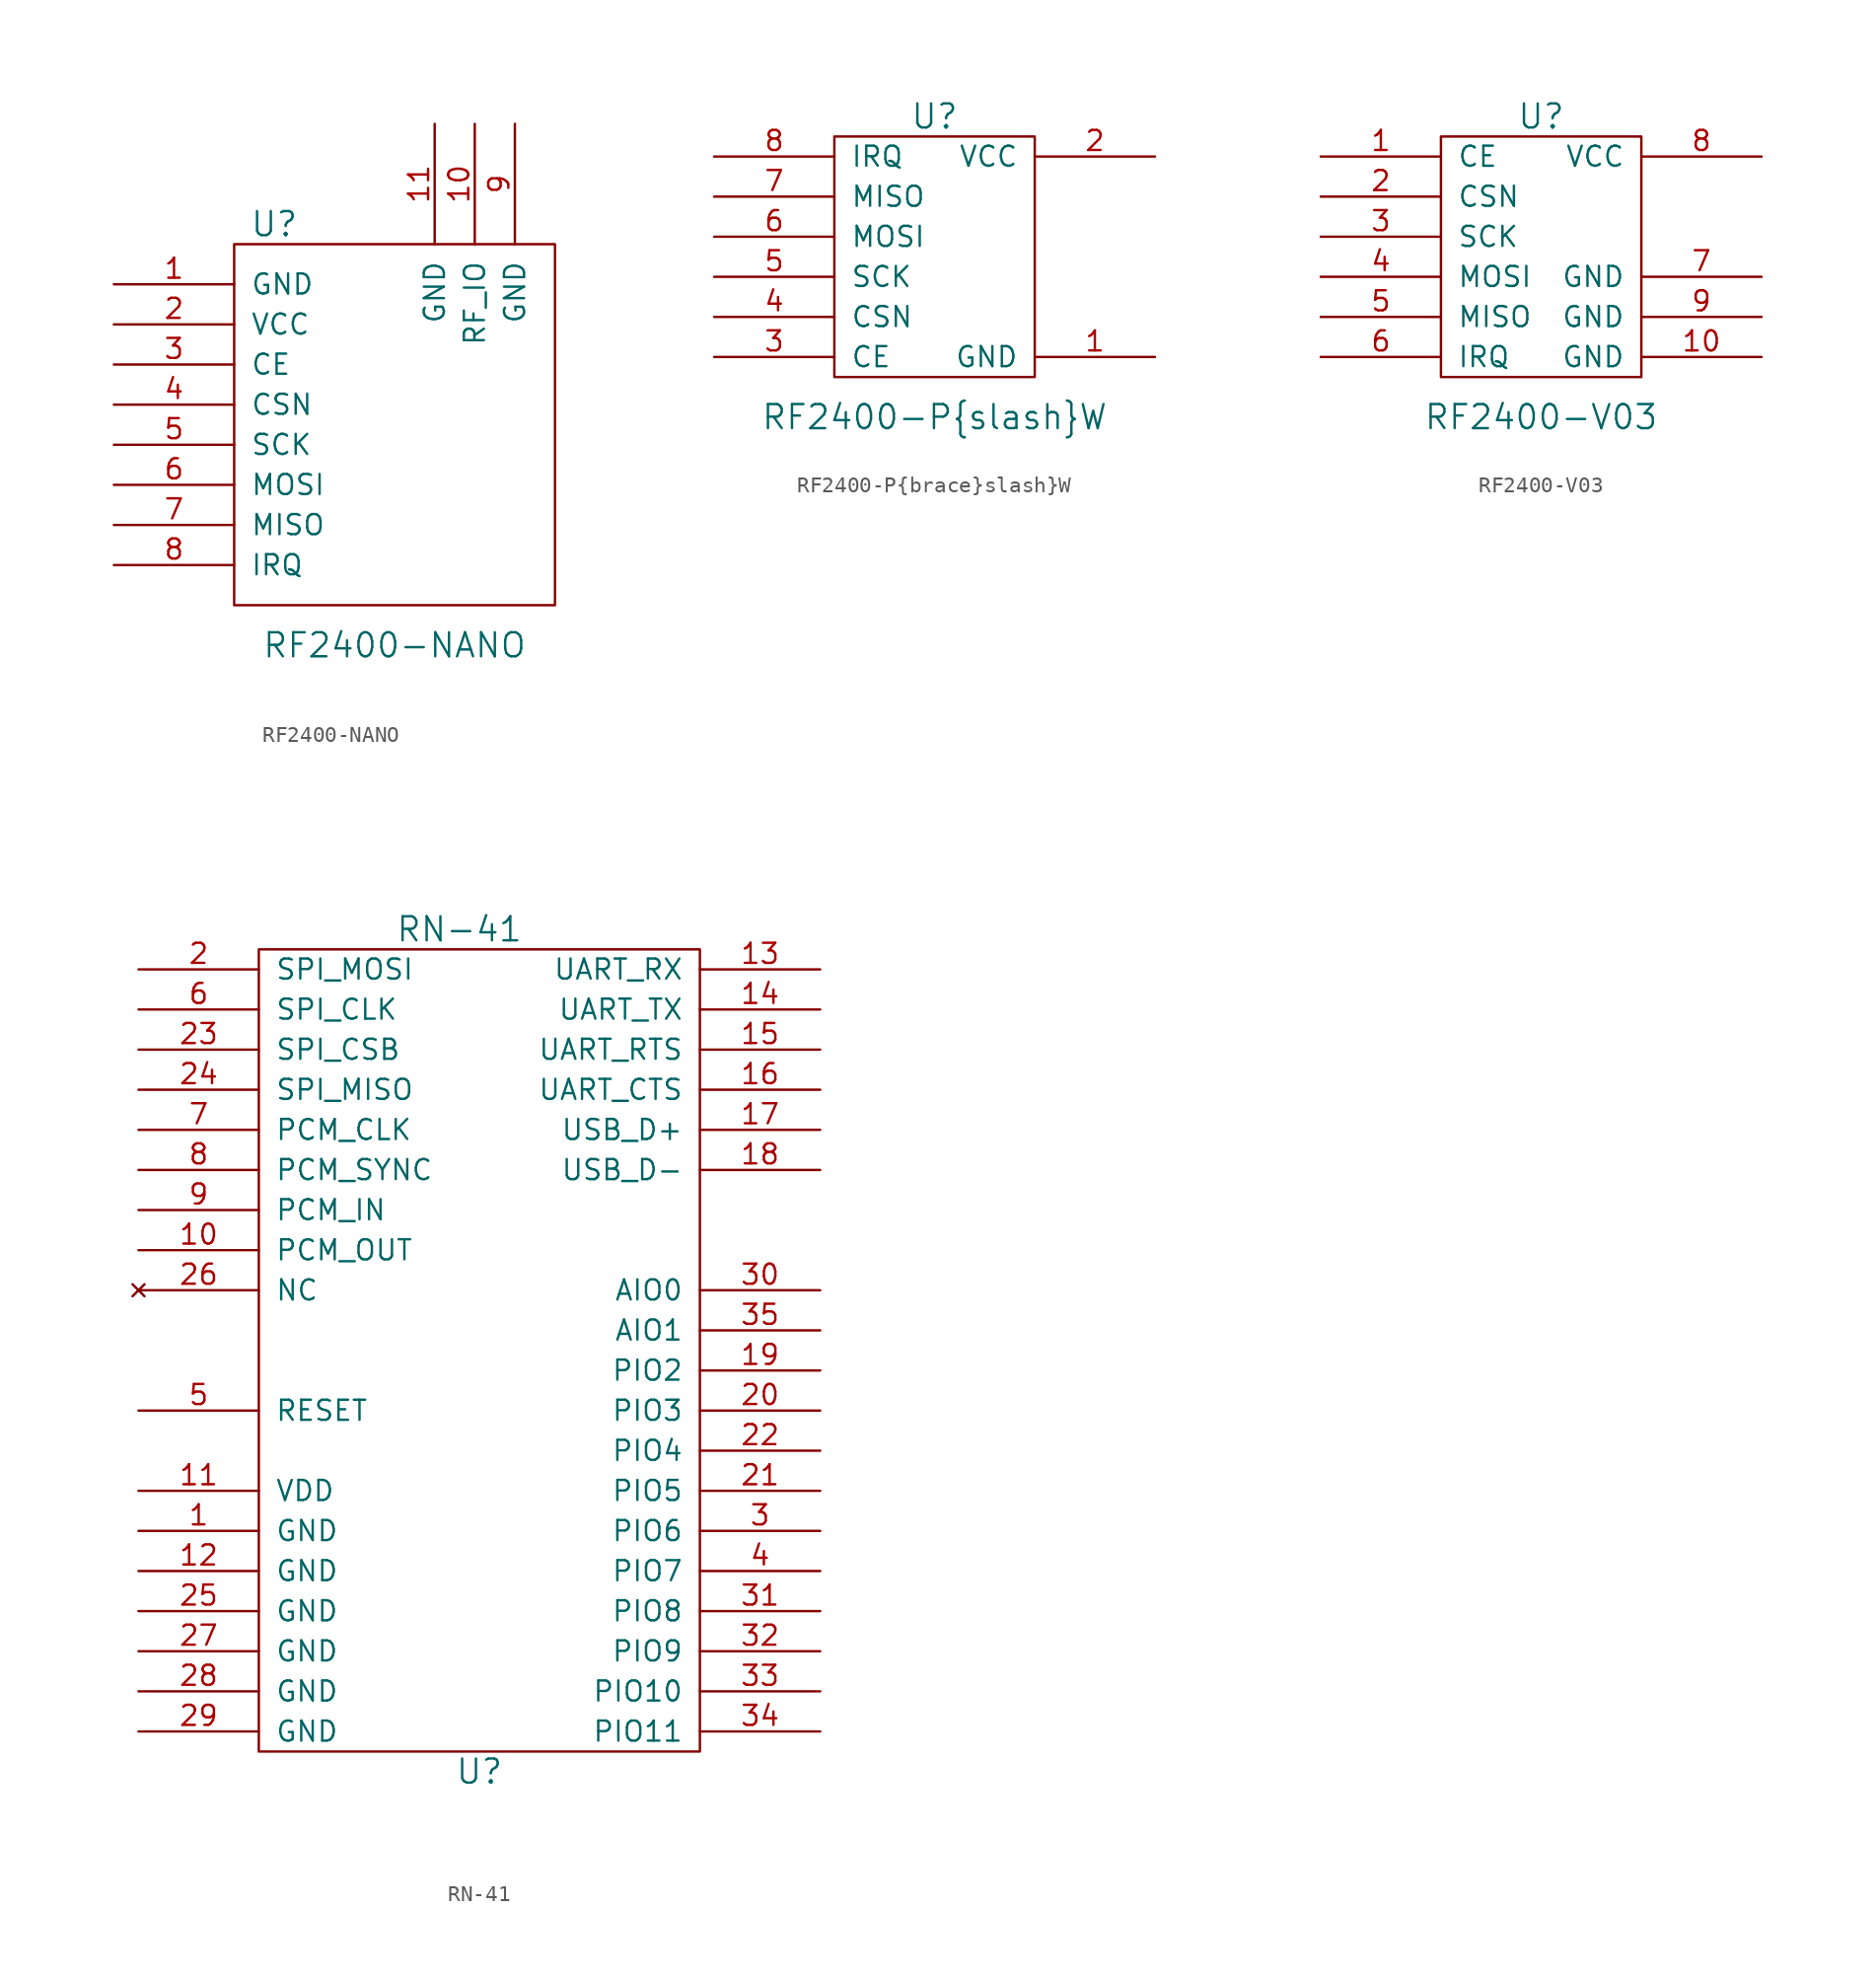
<source format=kicad_sym>
(kicad_symbol_lib
  (version 20211014)
  (generator kicad_symbol_editor)
  (symbol "RF2400-NANO"
    (pin_names
      (offset 1.016))
    (property "Reference" "U"
      (at -7.62 12.7 0)
      (effects (font (size 1.524 1.524))))
    (property "Value" "RF2400-NANO"
      (at 0 -13.97 0)
      (effects (font (size 1.524 1.524))))
    (property "Footprint" ""
      (at 0 0 0)
      (effects (font (size 1.524 1.524))))
    (property "Datasheet" ""
      (at 0 0 0)
      (effects (font (size 1.524 1.524))))
    (symbol "RF2400-NANO_0_1"
      (rectangle (start -10.16 11.43) (end 10.16 -11.43) (stroke (width 0) (type default) (color 0 0 0 0)) (fill (type none))))
    (symbol "RF2400-NANO_1_1"
      (pin power_in line (at -17.78 8.89 0) (length 7.62) (name "GND" (effects (font (size 1.27 1.27)))) (number "1" (effects (font (size 1.27 1.27)))))
      (pin bidirectional line (at 5.08 19.05 270) (length 7.62) (name "RF_IO" (effects (font (size 1.27 1.27)))) (number "10" (effects (font (size 1.27 1.27)))))
      (pin input line (at 2.54 19.05 270) (length 7.62) (name "GND" (effects (font (size 1.27 1.27)))) (number "11" (effects (font (size 1.27 1.27)))))
      (pin power_in line (at -17.78 6.35 0) (length 7.62) (name "VCC" (effects (font (size 1.27 1.27)))) (number "2" (effects (font (size 1.27 1.27)))))
      (pin input line (at -17.78 3.81 0) (length 7.62) (name "CE" (effects (font (size 1.27 1.27)))) (number "3" (effects (font (size 1.27 1.27)))))
      (pin input line (at -17.78 1.27 0) (length 7.62) (name "CSN" (effects (font (size 1.27 1.27)))) (number "4" (effects (font (size 1.27 1.27)))))
      (pin input line (at -17.78 -1.27 0) (length 7.62) (name "SCK" (effects (font (size 1.27 1.27)))) (number "5" (effects (font (size 1.27 1.27)))))
      (pin input line (at -17.78 -3.81 0) (length 7.62) (name "MOSI" (effects (font (size 1.27 1.27)))) (number "6" (effects (font (size 1.27 1.27)))))
      (pin output line (at -17.78 -6.35 0) (length 7.62) (name "MISO" (effects (font (size 1.27 1.27)))) (number "7" (effects (font (size 1.27 1.27)))))
      (pin output line (at -17.78 -8.89 0) (length 7.62) (name "IRQ" (effects (font (size 1.27 1.27)))) (number "8" (effects (font (size 1.27 1.27)))))
      (pin input line (at 7.62 19.05 270) (length 7.62) (name "GND" (effects (font (size 1.27 1.27)))) (number "9" (effects (font (size 1.27 1.27)))))))
  (symbol "RF2400-P{brace}slash}W"
    (pin_names
      (offset 1.016))
    (property "Reference" "U"
      (at 0 8.89 0)
      (effects (font (size 1.524 1.524))))
    (property "Value" "RF2400-P{brace}slash}W"
      (at 0 -10.16 0)
      (effects (font (size 1.524 1.524))))
    (property "Footprint" ""
      (at 0 0 0)
      (effects (font (size 1.524 1.524))))
    (property "Datasheet" ""
      (at 0 0 0)
      (effects (font (size 1.524 1.524))))
    (symbol "RF2400-P{brace}slash}W_0_1"
      (rectangle (start -6.35 7.62) (end 6.35 -7.62) (stroke (width 0) (type default) (color 0 0 0 0)) (fill (type none))))
    (symbol "RF2400-P{brace}slash}W_1_1"
      (pin power_in line (at 13.97 -6.35 180) (length 7.62) (name "GND" (effects (font (size 1.27 1.27)))) (number "1" (effects (font (size 1.27 1.27)))))
      (pin power_in line (at 13.97 6.35 180) (length 7.62) (name "VCC" (effects (font (size 1.27 1.27)))) (number "2" (effects (font (size 1.27 1.27)))))
      (pin input line (at -13.97 -6.35 0) (length 7.62) (name "CE" (effects (font (size 1.27 1.27)))) (number "3" (effects (font (size 1.27 1.27)))))
      (pin input line (at -13.97 -3.81 0) (length 7.62) (name "CSN" (effects (font (size 1.27 1.27)))) (number "4" (effects (font (size 1.27 1.27)))))
      (pin input line (at -13.97 -1.27 0) (length 7.62) (name "SCK" (effects (font (size 1.27 1.27)))) (number "5" (effects (font (size 1.27 1.27)))))
      (pin input line (at -13.97 1.27 0) (length 7.62) (name "MOSI" (effects (font (size 1.27 1.27)))) (number "6" (effects (font (size 1.27 1.27)))))
      (pin output line (at -13.97 3.81 0) (length 7.62) (name "MISO" (effects (font (size 1.27 1.27)))) (number "7" (effects (font (size 1.27 1.27)))))
      (pin output line (at -13.97 6.35 0) (length 7.62) (name "IRQ" (effects (font (size 1.27 1.27)))) (number "8" (effects (font (size 1.27 1.27)))))))
  (symbol "RF2400-V03"
    (pin_names
      (offset 1.016))
    (property "Reference" "U"
      (at 0 8.89 0)
      (effects (font (size 1.524 1.524))))
    (property "Value" "RF2400-V03"
      (at 0 -10.16 0)
      (effects (font (size 1.524 1.524))))
    (property "Footprint" ""
      (at 0 0 0)
      (effects (font (size 1.524 1.524))))
    (property "Datasheet" ""
      (at 0 0 0)
      (effects (font (size 1.524 1.524))))
    (symbol "RF2400-V03_0_1"
      (rectangle (start -6.35 7.62) (end 6.35 -7.62) (stroke (width 0) (type default) (color 0 0 0 0)) (fill (type none))))
    (symbol "RF2400-V03_1_1"
      (pin output line (at -13.97 6.35 0) (length 7.62) (name "CE" (effects (font (size 1.27 1.27)))) (number "1" (effects (font (size 1.27 1.27)))))
      (pin power_in line (at 13.97 -6.35 180) (length 7.62) (name "GND" (effects (font (size 1.27 1.27)))) (number "10" (effects (font (size 1.27 1.27)))))
      (pin output line (at -13.97 3.81 0) (length 7.62) (name "CSN" (effects (font (size 1.27 1.27)))) (number "2" (effects (font (size 1.27 1.27)))))
      (pin input line (at -13.97 1.27 0) (length 7.62) (name "SCK" (effects (font (size 1.27 1.27)))) (number "3" (effects (font (size 1.27 1.27)))))
      (pin input line (at -13.97 -1.27 0) (length 7.62) (name "MOSI" (effects (font (size 1.27 1.27)))) (number "4" (effects (font (size 1.27 1.27)))))
      (pin input line (at -13.97 -3.81 0) (length 7.62) (name "MISO" (effects (font (size 1.27 1.27)))) (number "5" (effects (font (size 1.27 1.27)))))
      (pin input line (at -13.97 -6.35 0) (length 7.62) (name "IRQ" (effects (font (size 1.27 1.27)))) (number "6" (effects (font (size 1.27 1.27)))))
      (pin power_in line (at 13.97 -1.27 180) (length 7.62) (name "GND" (effects (font (size 1.27 1.27)))) (number "7" (effects (font (size 1.27 1.27)))))
      (pin power_in line (at 13.97 6.35 180) (length 7.62) (name "VCC" (effects (font (size 1.27 1.27)))) (number "8" (effects (font (size 1.27 1.27)))))
      (pin power_in line (at 13.97 -3.81 180) (length 7.62) (name "GND" (effects (font (size 1.27 1.27)))) (number "9" (effects (font (size 1.27 1.27)))))))
  (symbol "RN-41"
    (pin_names
      (offset 1.016))
    (property "Reference" "U"
      (at 0 -26.67 0)
      (effects (font (size 1.524 1.524))))
    (property "Value" "RN-41"
      (at -1.27 26.67 0)
      (effects (font (size 1.524 1.524))))
    (property "Footprint" ""
      (at 0 0 0)
      (effects (font (size 1.524 1.524))))
    (property "Datasheet" ""
      (at 0 0 0)
      (effects (font (size 1.524 1.524))))
    (symbol "RN-41_0_1"
      (rectangle (start -13.97 25.4) (end 13.97 -25.4) (stroke (width 0) (type default) (color 0 0 0 0)) (fill (type none))))
    (symbol "RN-41_1_1"
      (pin power_in line (at -21.59 -11.43 0) (length 7.62) (name "GND" (effects (font (size 1.27 1.27)))) (number "1" (effects (font (size 1.27 1.27)))))
      (pin bidirectional line (at -21.59 6.35 0) (length 7.62) (name "PCM_OUT" (effects (font (size 1.27 1.27)))) (number "10" (effects (font (size 1.27 1.27)))))
      (pin power_in line (at -21.59 -8.89 0) (length 7.62) (name "VDD" (effects (font (size 1.27 1.27)))) (number "11" (effects (font (size 1.27 1.27)))))
      (pin power_in line (at -21.59 -13.97 0) (length 7.62) (name "GND" (effects (font (size 1.27 1.27)))) (number "12" (effects (font (size 1.27 1.27)))))
      (pin input line (at 21.59 24.13 180) (length 7.62) (name "UART_RX" (effects (font (size 1.27 1.27)))) (number "13" (effects (font (size 1.27 1.27)))))
      (pin output line (at 21.59 21.59 180) (length 7.62) (name "UART_TX" (effects (font (size 1.27 1.27)))) (number "14" (effects (font (size 1.27 1.27)))))
      (pin output line (at 21.59 19.05 180) (length 7.62) (name "UART_RTS" (effects (font (size 1.27 1.27)))) (number "15" (effects (font (size 1.27 1.27)))))
      (pin input line (at 21.59 16.51 180) (length 7.62) (name "UART_CTS" (effects (font (size 1.27 1.27)))) (number "16" (effects (font (size 1.27 1.27)))))
      (pin bidirectional line (at 21.59 13.97 180) (length 7.62) (name "USB_D+" (effects (font (size 1.27 1.27)))) (number "17" (effects (font (size 1.27 1.27)))))
      (pin bidirectional line (at 21.59 11.43 180) (length 7.62) (name "USB_D-" (effects (font (size 1.27 1.27)))) (number "18" (effects (font (size 1.27 1.27)))))
      (pin output line (at 21.59 -1.27 180) (length 7.62) (name "PIO2" (effects (font (size 1.27 1.27)))) (number "19" (effects (font (size 1.27 1.27)))))
      (pin bidirectional line (at -21.59 24.13 0) (length 7.62) (name "SPI_MOSI" (effects (font (size 1.27 1.27)))) (number "2" (effects (font (size 1.27 1.27)))))
      (pin input line (at 21.59 -3.81 180) (length 7.62) (name "PIO3" (effects (font (size 1.27 1.27)))) (number "20" (effects (font (size 1.27 1.27)))))
      (pin output line (at 21.59 -8.89 180) (length 7.62) (name "PIO5" (effects (font (size 1.27 1.27)))) (number "21" (effects (font (size 1.27 1.27)))))
      (pin input line (at 21.59 -6.35 180) (length 7.62) (name "PIO4" (effects (font (size 1.27 1.27)))) (number "22" (effects (font (size 1.27 1.27)))))
      (pin bidirectional line (at -21.59 19.05 0) (length 7.62) (name "SPI_CSB" (effects (font (size 1.27 1.27)))) (number "23" (effects (font (size 1.27 1.27)))))
      (pin bidirectional line (at -21.59 16.51 0) (length 7.62) (name "SPI_MISO" (effects (font (size 1.27 1.27)))) (number "24" (effects (font (size 1.27 1.27)))))
      (pin power_in line (at -21.59 -16.51 0) (length 7.62) (name "GND" (effects (font (size 1.27 1.27)))) (number "25" (effects (font (size 1.27 1.27)))))
      (pin no_connect line (at -21.59 3.81 0) (length 7.62) (name "NC" (effects (font (size 1.27 1.27)))) (number "26" (effects (font (size 1.27 1.27)))))
      (pin power_in line (at -21.59 -19.05 0) (length 7.62) (name "GND" (effects (font (size 1.27 1.27)))) (number "27" (effects (font (size 1.27 1.27)))))
      (pin power_in line (at -21.59 -21.59 0) (length 7.62) (name "GND" (effects (font (size 1.27 1.27)))) (number "28" (effects (font (size 1.27 1.27)))))
      (pin power_in line (at -21.59 -24.13 0) (length 7.62) (name "GND" (effects (font (size 1.27 1.27)))) (number "29" (effects (font (size 1.27 1.27)))))
      (pin bidirectional line (at 21.59 -11.43 180) (length 7.62) (name "PIO6" (effects (font (size 1.27 1.27)))) (number "3" (effects (font (size 1.27 1.27)))))
      (pin input line (at 21.59 3.81 180) (length 7.62) (name "AIO0" (effects (font (size 1.27 1.27)))) (number "30" (effects (font (size 1.27 1.27)))))
      (pin output line (at 21.59 -16.51 180) (length 7.62) (name "PIO8" (effects (font (size 1.27 1.27)))) (number "31" (effects (font (size 1.27 1.27)))))
      (pin input line (at 21.59 -19.05 180) (length 7.62) (name "PIO9" (effects (font (size 1.27 1.27)))) (number "32" (effects (font (size 1.27 1.27)))))
      (pin input line (at 21.59 -21.59 180) (length 7.62) (name "PIO10" (effects (font (size 1.27 1.27)))) (number "33" (effects (font (size 1.27 1.27)))))
      (pin input line (at 21.59 -24.13 180) (length 7.62) (name "PIO11" (effects (font (size 1.27 1.27)))) (number "34" (effects (font (size 1.27 1.27)))))
      (pin input line (at 21.59 1.27 180) (length 7.62) (name "AIO1" (effects (font (size 1.27 1.27)))) (number "35" (effects (font (size 1.27 1.27)))))
      (pin bidirectional line (at 21.59 -13.97 180) (length 7.62) (name "PIO7" (effects (font (size 1.27 1.27)))) (number "4" (effects (font (size 1.27 1.27)))))
      (pin input line (at -21.59 -3.81 0) (length 7.62) (name "RESET" (effects (font (size 1.27 1.27)))) (number "5" (effects (font (size 1.27 1.27)))))
      (pin bidirectional line (at -21.59 21.59 0) (length 7.62) (name "SPI_CLK" (effects (font (size 1.27 1.27)))) (number "6" (effects (font (size 1.27 1.27)))))
      (pin bidirectional line (at -21.59 13.97 0) (length 7.62) (name "PCM_CLK" (effects (font (size 1.27 1.27)))) (number "7" (effects (font (size 1.27 1.27)))))
      (pin bidirectional line (at -21.59 11.43 0) (length 7.62) (name "PCM_SYNC" (effects (font (size 1.27 1.27)))) (number "8" (effects (font (size 1.27 1.27)))))
      (pin bidirectional line (at -21.59 8.89 0) (length 7.62) (name "PCM_IN" (effects (font (size 1.27 1.27)))) (number "9" (effects (font (size 1.27 1.27))))))))
</source>
